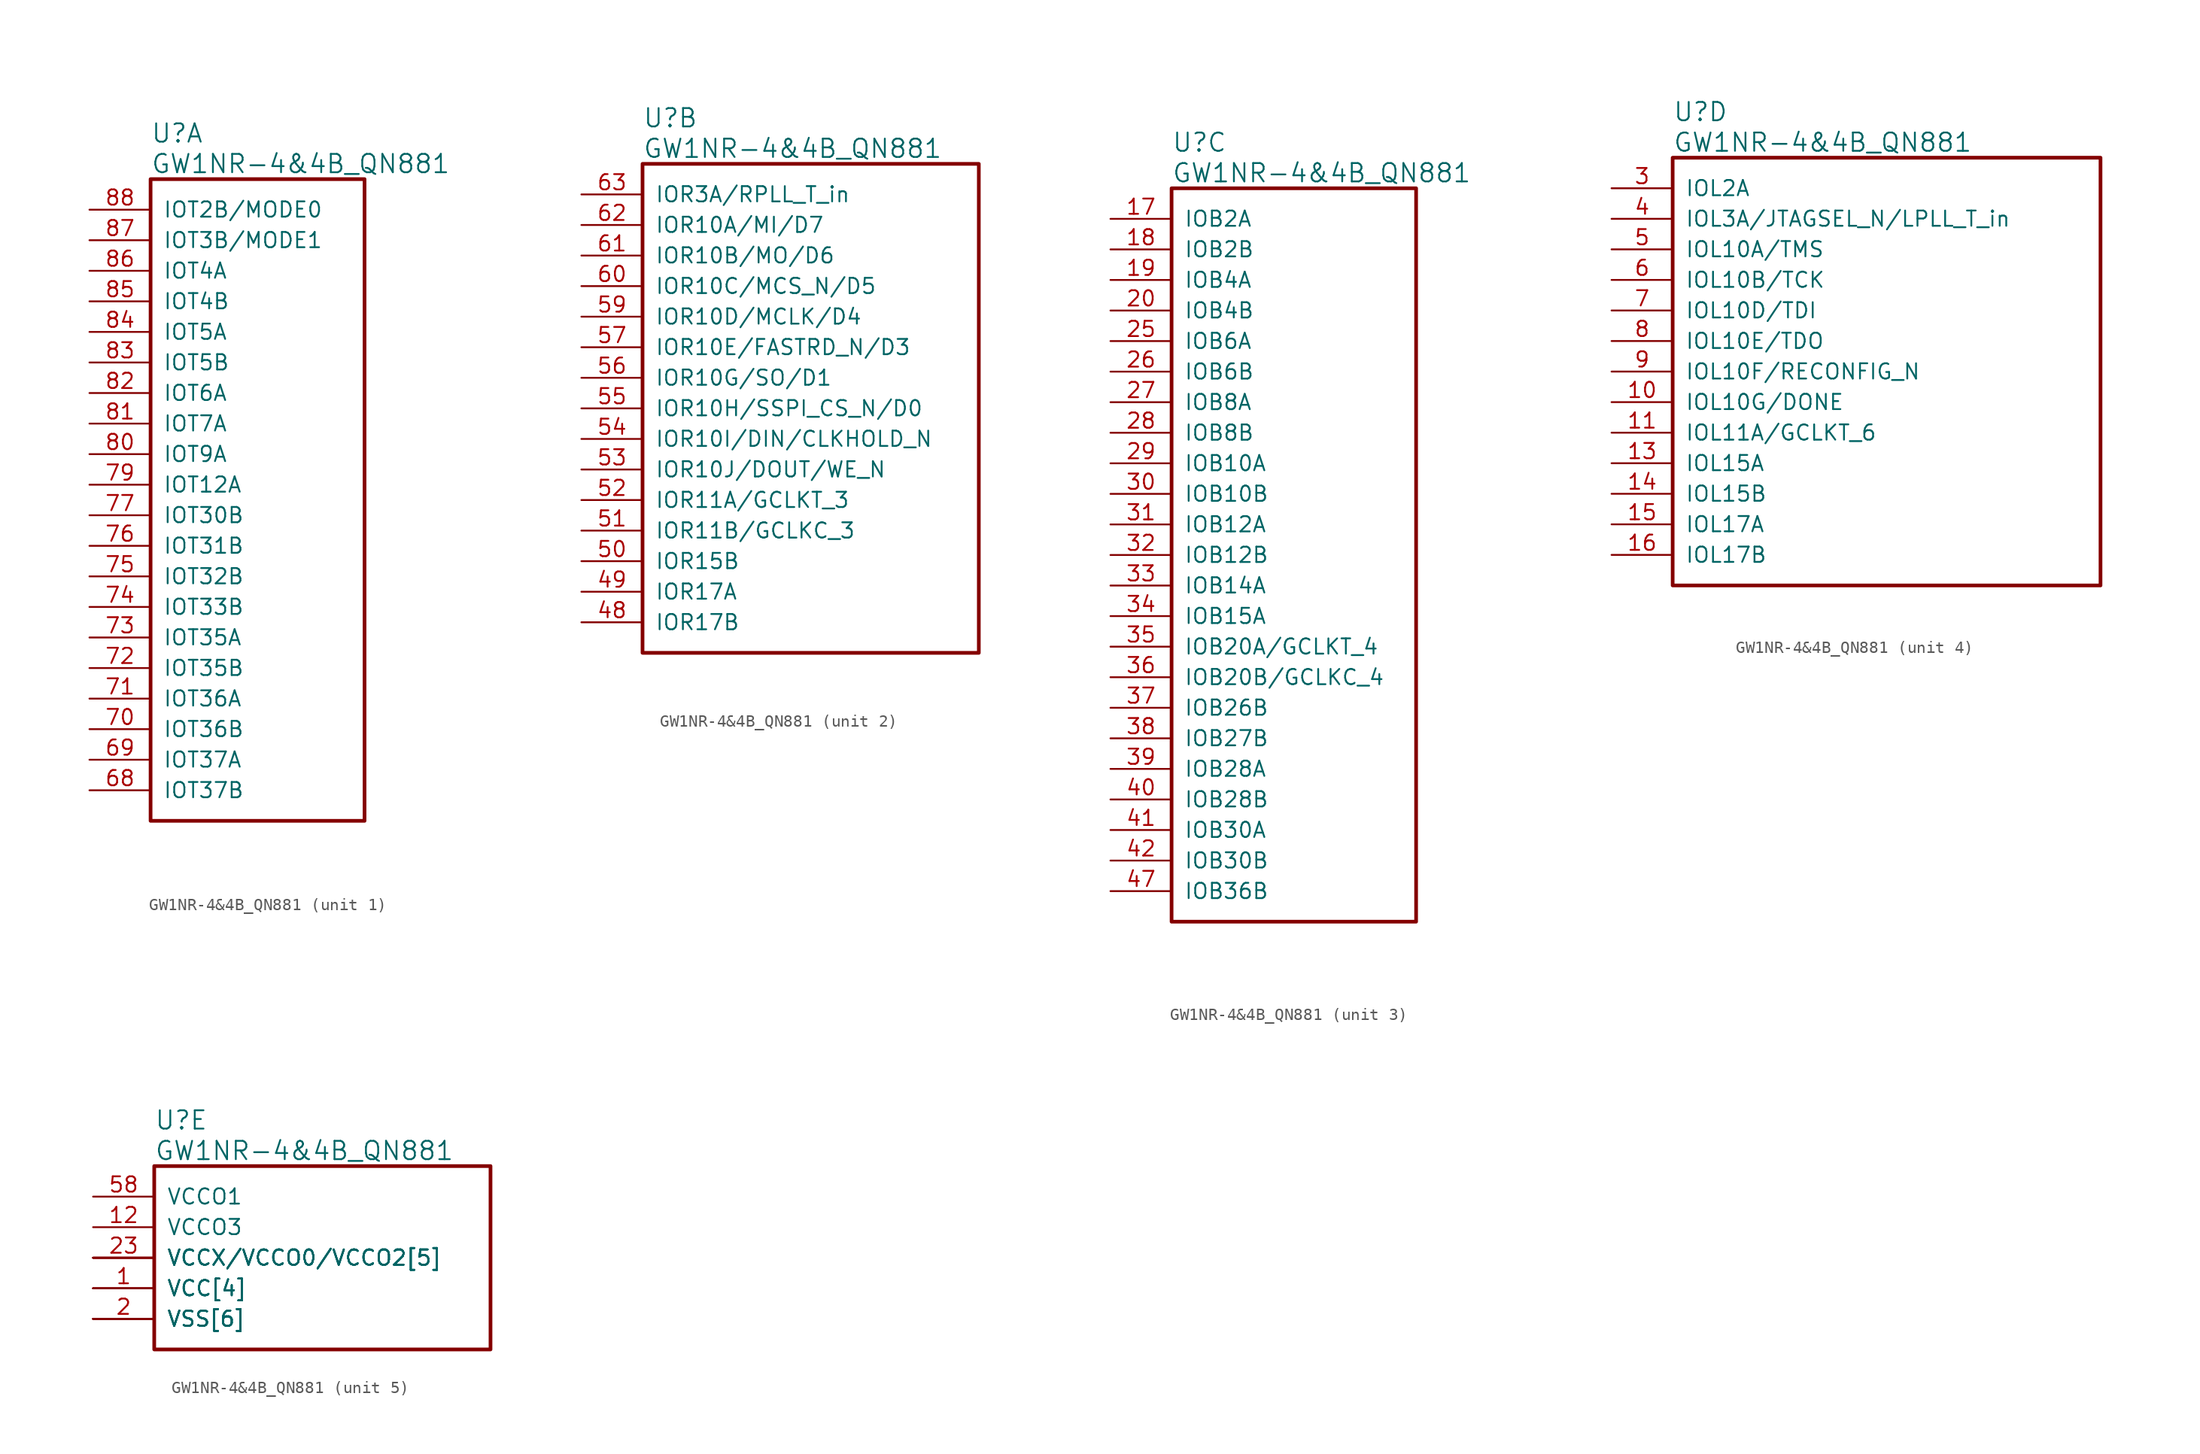
<source format=kicad_sym>
(kicad_symbol_lib
  (version 20211014)
  (generator kicad_symbol_editor)
  (symbol "GW1NR-4&4B_QN881"
    (pin_names
      (offset 1.016))
    (property "Reference" "U"
      (at 5.08 6.35 0)
      (effects (font (size 1.524 1.524)) (justify left)))
    (property "Value" "GW1NR-4&4B_QN881"
      (at 5.08 3.81 0)
      (effects (font (size 1.524 1.524)) (justify left)))
    (property "ki_locked" ""
      (at 0 0 0)
      (effects (font (size 1.27 1.27))))
    (symbol "GW1NR-4&4B_QN881_1_1"
      (rectangle (start 5.08 2.54) (end 22.86 -50.8) (stroke (width 0.305) (type default) (color 0 0 0 0)) (fill (type none)))
      (pin bidirectional line (at 0 -48.26 0) (length 5.08) (name "IOT37B" (effects (font (size 1.27 1.27)))) (number "68" (effects (font (size 1.27 1.27)))))
      (pin bidirectional line (at 0 -45.72 0) (length 5.08) (name "IOT37A" (effects (font (size 1.27 1.27)))) (number "69" (effects (font (size 1.27 1.27)))))
      (pin bidirectional line (at 0 -43.18 0) (length 5.08) (name "IOT36B" (effects (font (size 1.27 1.27)))) (number "70" (effects (font (size 1.27 1.27)))))
      (pin bidirectional line (at 0 -40.64 0) (length 5.08) (name "IOT36A" (effects (font (size 1.27 1.27)))) (number "71" (effects (font (size 1.27 1.27)))))
      (pin bidirectional line (at 0 -38.1 0) (length 5.08) (name "IOT35B" (effects (font (size 1.27 1.27)))) (number "72" (effects (font (size 1.27 1.27)))))
      (pin bidirectional line (at 0 -35.56 0) (length 5.08) (name "IOT35A" (effects (font (size 1.27 1.27)))) (number "73" (effects (font (size 1.27 1.27)))))
      (pin bidirectional line (at 0 -33.02 0) (length 5.08) (name "IOT33B" (effects (font (size 1.27 1.27)))) (number "74" (effects (font (size 1.27 1.27)))))
      (pin bidirectional line (at 0 -30.48 0) (length 5.08) (name "IOT32B" (effects (font (size 1.27 1.27)))) (number "75" (effects (font (size 1.27 1.27)))))
      (pin bidirectional line (at 0 -27.94 0) (length 5.08) (name "IOT31B" (effects (font (size 1.27 1.27)))) (number "76" (effects (font (size 1.27 1.27)))))
      (pin bidirectional line (at 0 -25.4 0) (length 5.08) (name "IOT30B" (effects (font (size 1.27 1.27)))) (number "77" (effects (font (size 1.27 1.27)))))
      (pin bidirectional line (at 0 -22.86 0) (length 5.08) (name "IOT12A" (effects (font (size 1.27 1.27)))) (number "79" (effects (font (size 1.27 1.27)))))
      (pin bidirectional line (at 0 -20.32 0) (length 5.08) (name "IOT9A" (effects (font (size 1.27 1.27)))) (number "80" (effects (font (size 1.27 1.27)))))
      (pin bidirectional line (at 0 -17.78 0) (length 5.08) (name "IOT7A" (effects (font (size 1.27 1.27)))) (number "81" (effects (font (size 1.27 1.27)))))
      (pin bidirectional line (at 0 -15.24 0) (length 5.08) (name "IOT6A" (effects (font (size 1.27 1.27)))) (number "82" (effects (font (size 1.27 1.27)))))
      (pin bidirectional line (at 0 -12.7 0) (length 5.08) (name "IOT5B" (effects (font (size 1.27 1.27)))) (number "83" (effects (font (size 1.27 1.27)))))
      (pin bidirectional line (at 0 -10.16 0) (length 5.08) (name "IOT5A" (effects (font (size 1.27 1.27)))) (number "84" (effects (font (size 1.27 1.27)))))
      (pin bidirectional line (at 0 -7.62 0) (length 5.08) (name "IOT4B" (effects (font (size 1.27 1.27)))) (number "85" (effects (font (size 1.27 1.27)))))
      (pin bidirectional line (at 0 -5.08 0) (length 5.08) (name "IOT4A" (effects (font (size 1.27 1.27)))) (number "86" (effects (font (size 1.27 1.27)))))
      (pin bidirectional line (at 0 -2.54 0) (length 5.08) (name "IOT3B/MODE1" (effects (font (size 1.27 1.27)))) (number "87" (effects (font (size 1.27 1.27)))))
      (pin bidirectional line (at 0 0 0) (length 5.08) (name "IOT2B/MODE0" (effects (font (size 1.27 1.27)))) (number "88" (effects (font (size 1.27 1.27))))))
    (symbol "GW1NR-4&4B_QN881_2_1"
      (rectangle (start 5.08 2.54) (end 33.02 -38.1) (stroke (width 0.305) (type default) (color 0 0 0 0)) (fill (type none)))
      (pin bidirectional line (at 0 -35.56 0) (length 5.08) (name "IOR17B" (effects (font (size 1.27 1.27)))) (number "48" (effects (font (size 1.27 1.27)))))
      (pin bidirectional line (at 0 -33.02 0) (length 5.08) (name "IOR17A" (effects (font (size 1.27 1.27)))) (number "49" (effects (font (size 1.27 1.27)))))
      (pin bidirectional line (at 0 -30.48 0) (length 5.08) (name "IOR15B" (effects (font (size 1.27 1.27)))) (number "50" (effects (font (size 1.27 1.27)))))
      (pin bidirectional line (at 0 -27.94 0) (length 5.08) (name "IOR11B/GCLKC_3" (effects (font (size 1.27 1.27)))) (number "51" (effects (font (size 1.27 1.27)))))
      (pin bidirectional line (at 0 -25.4 0) (length 5.08) (name "IOR11A/GCLKT_3" (effects (font (size 1.27 1.27)))) (number "52" (effects (font (size 1.27 1.27)))))
      (pin bidirectional line (at 0 -22.86 0) (length 5.08) (name "IOR10J/DOUT/WE_N" (effects (font (size 1.27 1.27)))) (number "53" (effects (font (size 1.27 1.27)))))
      (pin bidirectional line (at 0 -20.32 0) (length 5.08) (name "IOR10I/DIN/CLKHOLD_N" (effects (font (size 1.27 1.27)))) (number "54" (effects (font (size 1.27 1.27)))))
      (pin bidirectional line (at 0 -17.78 0) (length 5.08) (name "IOR10H/SSPI_CS_N/D0" (effects (font (size 1.27 1.27)))) (number "55" (effects (font (size 1.27 1.27)))))
      (pin bidirectional line (at 0 -15.24 0) (length 5.08) (name "IOR10G/SO/D1" (effects (font (size 1.27 1.27)))) (number "56" (effects (font (size 1.27 1.27)))))
      (pin bidirectional line (at 0 -12.7 0) (length 5.08) (name "IOR10E/FASTRD_N/D3" (effects (font (size 1.27 1.27)))) (number "57" (effects (font (size 1.27 1.27)))))
      (pin bidirectional line (at 0 -10.16 0) (length 5.08) (name "IOR10D/MCLK/D4" (effects (font (size 1.27 1.27)))) (number "59" (effects (font (size 1.27 1.27)))))
      (pin bidirectional line (at 0 -7.62 0) (length 5.08) (name "IOR10C/MCS_N/D5" (effects (font (size 1.27 1.27)))) (number "60" (effects (font (size 1.27 1.27)))))
      (pin bidirectional line (at 0 -5.08 0) (length 5.08) (name "IOR10B/MO/D6" (effects (font (size 1.27 1.27)))) (number "61" (effects (font (size 1.27 1.27)))))
      (pin bidirectional line (at 0 -2.54 0) (length 5.08) (name "IOR10A/MI/D7" (effects (font (size 1.27 1.27)))) (number "62" (effects (font (size 1.27 1.27)))))
      (pin bidirectional line (at 0 0 0) (length 5.08) (name "IOR3A/RPLL_T_in" (effects (font (size 1.27 1.27)))) (number "63" (effects (font (size 1.27 1.27))))))
    (symbol "GW1NR-4&4B_QN881_3_1"
      (rectangle (start 5.08 2.54) (end 25.4 -58.42) (stroke (width 0.305) (type default) (color 0 0 0 0)) (fill (type none)))
      (pin bidirectional line (at 0 0 0) (length 5.08) (name "IOB2A" (effects (font (size 1.27 1.27)))) (number "17" (effects (font (size 1.27 1.27)))))
      (pin bidirectional line (at 0 -2.54 0) (length 5.08) (name "IOB2B" (effects (font (size 1.27 1.27)))) (number "18" (effects (font (size 1.27 1.27)))))
      (pin bidirectional line (at 0 -5.08 0) (length 5.08) (name "IOB4A" (effects (font (size 1.27 1.27)))) (number "19" (effects (font (size 1.27 1.27)))))
      (pin bidirectional line (at 0 -7.62 0) (length 5.08) (name "IOB4B" (effects (font (size 1.27 1.27)))) (number "20" (effects (font (size 1.27 1.27)))))
      (pin bidirectional line (at 0 -10.16 0) (length 5.08) (name "IOB6A" (effects (font (size 1.27 1.27)))) (number "25" (effects (font (size 1.27 1.27)))))
      (pin bidirectional line (at 0 -12.7 0) (length 5.08) (name "IOB6B" (effects (font (size 1.27 1.27)))) (number "26" (effects (font (size 1.27 1.27)))))
      (pin bidirectional line (at 0 -15.24 0) (length 5.08) (name "IOB8A" (effects (font (size 1.27 1.27)))) (number "27" (effects (font (size 1.27 1.27)))))
      (pin bidirectional line (at 0 -17.78 0) (length 5.08) (name "IOB8B" (effects (font (size 1.27 1.27)))) (number "28" (effects (font (size 1.27 1.27)))))
      (pin bidirectional line (at 0 -20.32 0) (length 5.08) (name "IOB10A" (effects (font (size 1.27 1.27)))) (number "29" (effects (font (size 1.27 1.27)))))
      (pin bidirectional line (at 0 -22.86 0) (length 5.08) (name "IOB10B" (effects (font (size 1.27 1.27)))) (number "30" (effects (font (size 1.27 1.27)))))
      (pin bidirectional line (at 0 -25.4 0) (length 5.08) (name "IOB12A" (effects (font (size 1.27 1.27)))) (number "31" (effects (font (size 1.27 1.27)))))
      (pin bidirectional line (at 0 -27.94 0) (length 5.08) (name "IOB12B" (effects (font (size 1.27 1.27)))) (number "32" (effects (font (size 1.27 1.27)))))
      (pin bidirectional line (at 0 -30.48 0) (length 5.08) (name "IOB14A" (effects (font (size 1.27 1.27)))) (number "33" (effects (font (size 1.27 1.27)))))
      (pin bidirectional line (at 0 -33.02 0) (length 5.08) (name "IOB15A" (effects (font (size 1.27 1.27)))) (number "34" (effects (font (size 1.27 1.27)))))
      (pin bidirectional line (at 0 -35.56 0) (length 5.08) (name "IOB20A/GCLKT_4" (effects (font (size 1.27 1.27)))) (number "35" (effects (font (size 1.27 1.27)))))
      (pin bidirectional line (at 0 -38.1 0) (length 5.08) (name "IOB20B/GCLKC_4" (effects (font (size 1.27 1.27)))) (number "36" (effects (font (size 1.27 1.27)))))
      (pin bidirectional line (at 0 -40.64 0) (length 5.08) (name "IOB26B" (effects (font (size 1.27 1.27)))) (number "37" (effects (font (size 1.27 1.27)))))
      (pin bidirectional line (at 0 -43.18 0) (length 5.08) (name "IOB27B" (effects (font (size 1.27 1.27)))) (number "38" (effects (font (size 1.27 1.27)))))
      (pin bidirectional line (at 0 -45.72 0) (length 5.08) (name "IOB28A" (effects (font (size 1.27 1.27)))) (number "39" (effects (font (size 1.27 1.27)))))
      (pin bidirectional line (at 0 -48.26 0) (length 5.08) (name "IOB28B" (effects (font (size 1.27 1.27)))) (number "40" (effects (font (size 1.27 1.27)))))
      (pin bidirectional line (at 0 -50.8 0) (length 5.08) (name "IOB30A" (effects (font (size 1.27 1.27)))) (number "41" (effects (font (size 1.27 1.27)))))
      (pin bidirectional line (at 0 -53.34 0) (length 5.08) (name "IOB30B" (effects (font (size 1.27 1.27)))) (number "42" (effects (font (size 1.27 1.27)))))
      (pin bidirectional line (at 0 -55.88 0) (length 5.08) (name "IOB36B" (effects (font (size 1.27 1.27)))) (number "47" (effects (font (size 1.27 1.27))))))
    (symbol "GW1NR-4&4B_QN881_4_1"
      (rectangle (start 5.08 2.54) (end 40.64 -33.02) (stroke (width 0.305) (type default) (color 0 0 0 0)) (fill (type none)))
      (pin bidirectional line (at 0 -17.78 0) (length 5.08) (name "IOL10G/DONE" (effects (font (size 1.27 1.27)))) (number "10" (effects (font (size 1.27 1.27)))))
      (pin bidirectional line (at 0 -20.32 0) (length 5.08) (name "IOL11A/GCLKT_6" (effects (font (size 1.27 1.27)))) (number "11" (effects (font (size 1.27 1.27)))))
      (pin bidirectional line (at 0 -22.86 0) (length 5.08) (name "IOL15A" (effects (font (size 1.27 1.27)))) (number "13" (effects (font (size 1.27 1.27)))))
      (pin bidirectional line (at 0 -25.4 0) (length 5.08) (name "IOL15B" (effects (font (size 1.27 1.27)))) (number "14" (effects (font (size 1.27 1.27)))))
      (pin bidirectional line (at 0 -27.94 0) (length 5.08) (name "IOL17A" (effects (font (size 1.27 1.27)))) (number "15" (effects (font (size 1.27 1.27)))))
      (pin bidirectional line (at 0 -30.48 0) (length 5.08) (name "IOL17B" (effects (font (size 1.27 1.27)))) (number "16" (effects (font (size 1.27 1.27)))))
      (pin bidirectional line (at 0 0 0) (length 5.08) (name "IOL2A" (effects (font (size 1.27 1.27)))) (number "3" (effects (font (size 1.27 1.27)))))
      (pin bidirectional line (at 0 -2.54 0) (length 5.08) (name "IOL3A/JTAGSEL_N/LPLL_T_in" (effects (font (size 1.27 1.27)))) (number "4" (effects (font (size 1.27 1.27)))))
      (pin bidirectional line (at 0 -5.08 0) (length 5.08) (name "IOL10A/TMS" (effects (font (size 1.27 1.27)))) (number "5" (effects (font (size 1.27 1.27)))))
      (pin bidirectional line (at 0 -7.62 0) (length 5.08) (name "IOL10B/TCK" (effects (font (size 1.27 1.27)))) (number "6" (effects (font (size 1.27 1.27)))))
      (pin bidirectional line (at 0 -10.16 0) (length 5.08) (name "IOL10D/TDI" (effects (font (size 1.27 1.27)))) (number "7" (effects (font (size 1.27 1.27)))))
      (pin bidirectional line (at 0 -12.7 0) (length 5.08) (name "IOL10E/TDO" (effects (font (size 1.27 1.27)))) (number "8" (effects (font (size 1.27 1.27)))))
      (pin bidirectional line (at 0 -15.24 0) (length 5.08) (name "IOL10F/RECONFIG_N" (effects (font (size 1.27 1.27)))) (number "9" (effects (font (size 1.27 1.27))))))
    (symbol "GW1NR-4&4B_QN881_5_1"
      (rectangle (start 5.08 2.54) (end 33.02 -12.7) (stroke (width 0.305) (type default) (color 0 0 0 0)) (fill (type none)))
      (pin power_in line (at 0 -7.62 0) (length 5.08) (name "VCC[4]" (effects (font (size 1.27 1.27)))) (number "1" (effects (font (size 1.27 1.27)))))
      (pin power_in line (at 0 -2.54 0) (length 5.08) (name "VCCO3" (effects (font (size 1.27 1.27)))) (number "12" (effects (font (size 1.27 1.27)))))
      (pin power_in line (at 0 -10.16 0) (length 5.08) (name "VSS[6]" (effects (font (size 1.27 1.27)))) (number "2" (effects (font (size 1.27 1.27)))))
      (pin power_in line (at 0 -10.16 0) (length 5.08) (name "VSS[6]" (effects (font (size 1.27 1.27)))) (number "21" (effects (font (size 0 0)))))
      (pin power_in line (at 0 -7.62 0) (length 5.08) (name "VCC[4]" (effects (font (size 1.27 1.27)))) (number "22" (effects (font (size 0 0)))))
      (pin power_in line (at 0 -5.08 0) (length 5.08) (name "VCCX/VCCO0/VCCO2[5]" (effects (font (size 1.27 1.27)))) (number "23" (effects (font (size 1.27 1.27)))))
      (pin power_in line (at 0 -10.16 0) (length 5.08) (name "VSS[6]" (effects (font (size 1.27 1.27)))) (number "24" (effects (font (size 0 0)))))
      (pin power_in line (at 0 -10.16 0) (length 5.08) (name "VSS[6]" (effects (font (size 1.27 1.27)))) (number "43" (effects (font (size 0 0)))))
      (pin power_in line (at 0 -5.08 0) (length 5.08) (name "VCCX/VCCO0/VCCO2[5]" (effects (font (size 1.27 1.27)))) (number "44" (effects (font (size 0 0)))))
      (pin power_in line (at 0 -7.62 0) (length 5.08) (name "VCC[4]" (effects (font (size 1.27 1.27)))) (number "45" (effects (font (size 0 0)))))
      (pin power_in line (at 0 -10.16 0) (length 5.08) (name "VSS[6]" (effects (font (size 1.27 1.27)))) (number "46" (effects (font (size 0 0)))))
      (pin power_in line (at 0 0 0) (length 5.08) (name "VCCO1" (effects (font (size 1.27 1.27)))) (number "58" (effects (font (size 1.27 1.27)))))
      (pin power_in line (at 0 -5.08 0) (length 5.08) (name "VCCX/VCCO0/VCCO2[5]" (effects (font (size 1.27 1.27)))) (number "64" (effects (font (size 0 0)))))
      (pin power_in line (at 0 -10.16 0) (length 5.08) (name "VSS[6]" (effects (font (size 1.27 1.27)))) (number "65" (effects (font (size 0 0)))))
      (pin power_in line (at 0 -7.62 0) (length 5.08) (name "VCC[4]" (effects (font (size 1.27 1.27)))) (number "66" (effects (font (size 0 0)))))
      (pin power_in line (at 0 -5.08 0) (length 5.08) (name "VCCX/VCCO0/VCCO2[5]" (effects (font (size 1.27 1.27)))) (number "67" (effects (font (size 0 0)))))
      (pin power_in line (at 0 -5.08 0) (length 5.08) (name "VCCX/VCCO0/VCCO2[5]" (effects (font (size 1.27 1.27)))) (number "78" (effects (font (size 0 0))))))))
</source>
